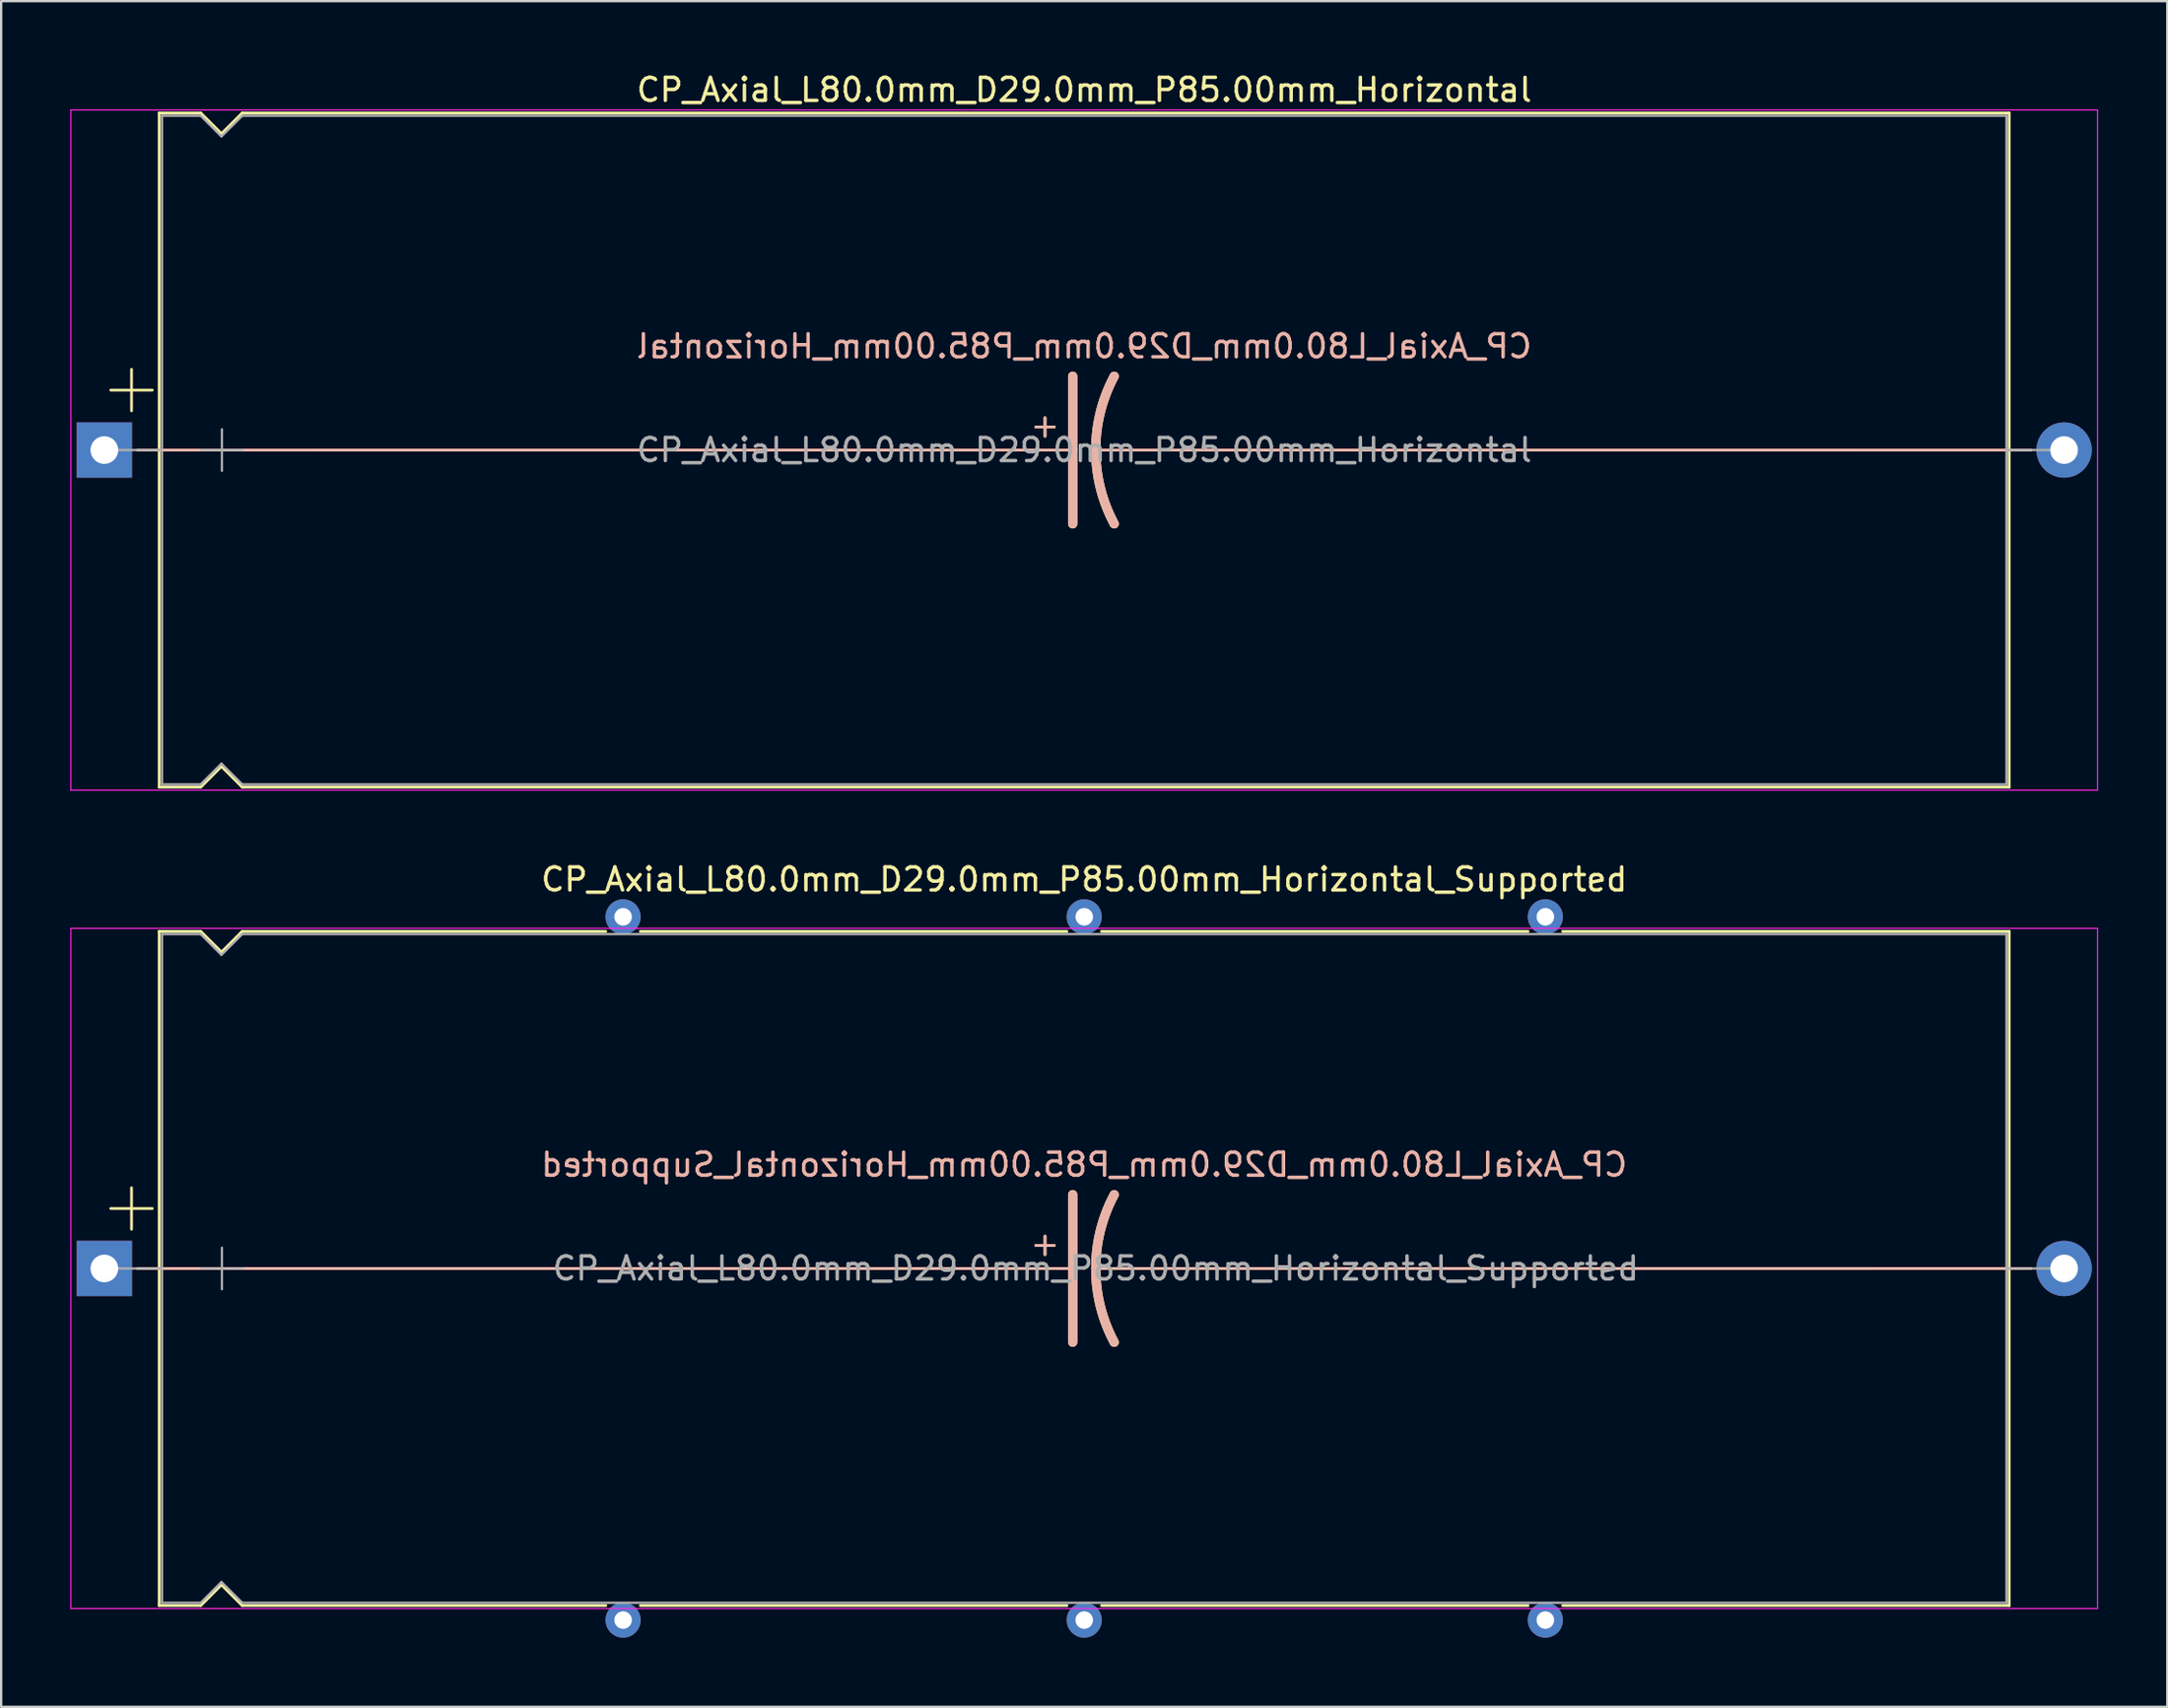
<source format=kicad_pcb>
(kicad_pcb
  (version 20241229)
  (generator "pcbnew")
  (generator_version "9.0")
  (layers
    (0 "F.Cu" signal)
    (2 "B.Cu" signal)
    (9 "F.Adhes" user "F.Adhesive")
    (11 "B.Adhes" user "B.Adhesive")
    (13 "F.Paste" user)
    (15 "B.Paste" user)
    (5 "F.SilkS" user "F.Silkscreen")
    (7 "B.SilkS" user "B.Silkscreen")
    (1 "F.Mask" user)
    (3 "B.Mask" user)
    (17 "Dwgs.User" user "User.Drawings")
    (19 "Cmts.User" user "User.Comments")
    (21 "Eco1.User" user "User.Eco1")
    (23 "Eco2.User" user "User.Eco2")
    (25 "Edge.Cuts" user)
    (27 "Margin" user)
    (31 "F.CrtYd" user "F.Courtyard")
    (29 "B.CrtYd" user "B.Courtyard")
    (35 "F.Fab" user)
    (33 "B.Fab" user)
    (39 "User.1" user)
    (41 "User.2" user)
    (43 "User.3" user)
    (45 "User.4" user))
  (footprint "CP_Axial_L80.0mm_D29.0mm_P85.00mm_Horizontal_Supported"
    (layer "F.Cu")
    (at 1.475 51.962)
    (property "Reference" "CP_Axial_L80.0mm_D29.0mm_P85.00mm_Horizontal_Supported" (at 42.5 -16.87 0) (layer "F.SilkS") (effects (font (size 1 1) (thickness 0.15))))
    (fp_line (start 0.28 -2.6) (end 2.08 -2.6) (stroke (width 0.12) (type solid)) (layer "F.SilkS"))
    (fp_line (start 1.18 -3.5) (end 1.18 -1.7) (stroke (width 0.12) (type solid)) (layer "F.SilkS"))
    (fp_line (start 1.44 0) (end 2.38 0) (stroke (width 0.12) (type solid)) (layer "F.SilkS"))
    (fp_line (start 2.38 -14.62) (end 2.38 14.62) (stroke (width 0.12) (type solid)) (layer "F.SilkS"))
    (fp_line (start 2.38 -14.62) (end 4.18 -14.62) (stroke (width 0.12) (type solid)) (layer "F.SilkS"))
    (fp_line (start 2.38 0) (end 42 0) (stroke (width 0.12) (type solid)) (layer "F.SilkS"))
    (fp_line (start 2.38 14.62) (end 4.18 14.62) (stroke (width 0.12) (type solid)) (layer "F.SilkS"))
    (fp_line (start 4.18 -14.62) (end 5.08 -13.72) (stroke (width 0.12) (type solid)) (layer "F.SilkS"))
    (fp_line (start 4.18 14.62) (end 5.08 13.72) (stroke (width 0.12) (type solid)) (layer "F.SilkS"))
    (fp_line (start 5.08 -13.72) (end 5.98 -14.62) (stroke (width 0.12) (type solid)) (layer "F.SilkS"))
    (fp_line (start 5.08 13.72) (end 5.98 14.62) (stroke (width 0.12) (type solid)) (layer "F.SilkS"))
    (fp_line (start 5.98 -14.62) (end 21.75 -14.62) (stroke (width 0.12) (type solid)) (layer "F.SilkS"))
    (fp_line (start 5.98 14.62) (end 21.75 14.62) (stroke (width 0.12) (type solid)) (layer "F.SilkS"))
    (fp_line (start 23.25 -14.62) (end 41.75 -14.62) (stroke (width 0.12) (type solid)) (layer "F.SilkS"))
    (fp_line (start 23.25 14.62) (end 41.75 14.62) (stroke (width 0.12) (type solid)) (layer "F.SilkS"))
    (fp_line (start 40.4 -1) (end 41.2 -1) (stroke (width 0.12) (type solid)) (layer "F.SilkS"))
    (fp_line (start 40.8 -1.4) (end 40.8 -0.6) (stroke (width 0.12) (type solid)) (layer "F.SilkS"))
    (fp_line (start 42 0) (end 42 -3.2) (stroke (width 0.4) (type solid)) (layer "F.SilkS"))
    (fp_line (start 42 0) (end 42 3.2) (stroke (width 0.4) (type solid)) (layer "F.SilkS"))
    (fp_line (start 43.25 -14.62) (end 61.75 -14.62) (stroke (width 0.12) (type solid)) (layer "F.SilkS"))
    (fp_line (start 43.25 14.62) (end 61.75 14.62) (stroke (width 0.12) (type solid)) (layer "F.SilkS"))
    (fp_line (start 63.25 -14.62) (end 82.62 -14.62) (stroke (width 0.12) (type solid)) (layer "F.SilkS"))
    (fp_line (start 63.25 14.62) (end 82.62 14.62) (stroke (width 0.12) (type solid)) (layer "F.SilkS"))
    (fp_line (start 82.62 -14.62) (end 82.62 14.62) (stroke (width 0.12) (type solid)) (layer "F.SilkS"))
    (fp_line (start 82.62 0) (end 43 0) (stroke (width 0.12) (type solid)) (layer "F.SilkS"))
    (fp_line (start 83.56 0) (end 82.62 0) (stroke (width 0.12) (type solid)) (layer "F.SilkS"))
    (fp_arc (start 43 0) (mid 43.203545 -1.649114) (end 43.8 -3.2) (stroke (width 0.4) (type solid)) (layer "F.SilkS"))
    (fp_arc (start 43.8 3.2) (mid 43.200704 1.649824) (end 43 0) (stroke (width 0.4) (type solid)) (layer "F.SilkS"))
    (fp_line (start 1.5 0) (end 9.38 0) (stroke (width 0.12) (type solid)) (layer "B.SilkS"))
    (fp_line (start 2.38 0) (end 42 0) (stroke (width 0.12) (type solid)) (layer "B.SilkS"))
    (fp_line (start 40.4 -1) (end 41.2 -1) (stroke (width 0.12) (type solid)) (layer "B.SilkS"))
    (fp_line (start 40.8 -0.6) (end 40.8 -1.4) (stroke (width 0.12) (type solid)) (layer "B.SilkS"))
    (fp_line (start 42 0) (end 42 -3.2) (stroke (width 0.4) (type solid)) (layer "B.SilkS"))
    (fp_line (start 42 0) (end 42 3.2) (stroke (width 0.4) (type solid)) (layer "B.SilkS"))
    (fp_line (start 82.62 0) (end 43 0) (stroke (width 0.12) (type solid)) (layer "B.SilkS"))
    (fp_line (start 83.5 0) (end 76.62 0) (stroke (width 0.12) (type solid)) (layer "B.SilkS"))
    (fp_arc (start 43 0) (mid 43.200703 -1.649824) (end 43.8 -3.2) (stroke (width 0.4) (type solid)) (layer "B.SilkS"))
    (fp_arc (start 43.8 3.2) (mid 43.203544 1.649114) (end 43 0) (stroke (width 0.4) (type solid)) (layer "B.SilkS"))
    (fp_line (start -1.45 -14.75) (end -1.45 14.75) (stroke (width 0.05) (type solid)) (layer "F.CrtYd"))
    (fp_line (start -1.45 14.75) (end 86.45 14.75) (stroke (width 0.05) (type solid)) (layer "F.CrtYd"))
    (fp_line (start 86.45 -14.75) (end -1.45 -14.75) (stroke (width 0.05) (type solid)) (layer "F.CrtYd"))
    (fp_line (start 86.45 14.75) (end 86.45 -14.75) (stroke (width 0.05) (type solid)) (layer "F.CrtYd"))
    (fp_line (start 0 0) (end 2.5 0) (stroke (width 0.1) (type solid)) (layer "F.Fab"))
    (fp_line (start 2.5 -14.5) (end 2.5 14.5) (stroke (width 0.1) (type solid)) (layer "F.Fab"))
    (fp_line (start 2.5 -14.5) (end 4.18 -14.5) (stroke (width 0.1) (type solid)) (layer "F.Fab"))
    (fp_line (start 2.5 14.5) (end 4.18 14.5) (stroke (width 0.1) (type solid)) (layer "F.Fab"))
    (fp_line (start 4.18 -14.5) (end 5.08 -13.6) (stroke (width 0.1) (type solid)) (layer "F.Fab"))
    (fp_line (start 4.18 14.5) (end 5.08 13.6) (stroke (width 0.1) (type solid)) (layer "F.Fab"))
    (fp_line (start 4.2 0) (end 6 0) (stroke (width 0.1) (type solid)) (layer "F.Fab"))
    (fp_line (start 5.08 -13.6) (end 5.98 -14.5) (stroke (width 0.1) (type solid)) (layer "F.Fab"))
    (fp_line (start 5.08 13.6) (end 5.98 14.5) (stroke (width 0.1) (type solid)) (layer "F.Fab"))
    (fp_line (start 5.1 -0.9) (end 5.1 0.9) (stroke (width 0.1) (type solid)) (layer "F.Fab"))
    (fp_line (start 5.98 -14.5) (end 82.5 -14.5) (stroke (width 0.1) (type solid)) (layer "F.Fab"))
    (fp_line (start 5.98 14.5) (end 82.5 14.5) (stroke (width 0.1) (type solid)) (layer "F.Fab"))
    (fp_line (start 82.5 -14.5) (end 82.5 14.5) (stroke (width 0.1) (type solid)) (layer "F.Fab"))
    (fp_line (start 85 0) (end 82.5 0) (stroke (width 0.1) (type solid)) (layer "F.Fab"))
    (fp_text user "${REFERENCE}" (at 42.5 -4.5 0) (layer "B.SilkS") (effects (font (size 1 1) (thickness 0.15)) (justify mirror)))
    (fp_text user "${REFERENCE}" (at 43 0 0) (layer "F.Fab") (effects (font (size 1 1) (thickness 0.15))))
    (pad "" thru_hole circle (at 22.5 -15.25) (size 1.524 1.524) (drill 0.762) (layers "*.Cu" "*.Mask"))
    (pad "" thru_hole circle (at 22.5 15.25) (size 1.524 1.524) (drill 0.762) (layers "*.Cu" "*.Mask"))
    (pad "" thru_hole circle (at 42.5 -15.25) (size 1.524 1.524) (drill 0.762) (layers "*.Cu" "*.Mask"))
    (pad "" thru_hole circle (at 42.5 15.25) (size 1.524 1.524) (drill 0.762) (layers "*.Cu" "*.Mask"))
    (pad "" thru_hole circle (at 62.5 -15.25) (size 1.524 1.524) (drill 0.762) (layers "*.Cu" "*.Mask"))
    (pad "" thru_hole circle (at 62.5 15.25) (size 1.524 1.524) (drill 0.762) (layers "*.Cu" "*.Mask"))
    (pad "1" thru_hole rect (at 0 0) (size 2.4 2.4) (drill 1.2) (layers "*.Cu" "*.Mask"))
    (pad "2" thru_hole oval (at 85 0) (size 2.4 2.4) (drill 1.2) (layers "*.Cu" "*.Mask")))
  (footprint "CP_Axial_L80.0mm_D29.0mm_P85.00mm_Horizontal"
    (layer "F.Cu")
    (at 1.475 16.468)
    (property "Reference" "CP_Axial_L80.0mm_D29.0mm_P85.00mm_Horizontal" (at 42.5 -15.62 0) (layer "F.SilkS") (effects (font (size 1 1) (thickness 0.15))))
    (fp_line (start 0.28 -2.6) (end 2.08 -2.6) (stroke (width 0.12) (type solid)) (layer "F.SilkS"))
    (fp_line (start 1.18 -3.5) (end 1.18 -1.7) (stroke (width 0.12) (type solid)) (layer "F.SilkS"))
    (fp_line (start 1.44 0) (end 2.38 0) (stroke (width 0.12) (type solid)) (layer "F.SilkS"))
    (fp_line (start 2.38 -14.62) (end 2.38 14.62) (stroke (width 0.12) (type solid)) (layer "F.SilkS"))
    (fp_line (start 2.38 -14.62) (end 4.18 -14.62) (stroke (width 0.12) (type solid)) (layer "F.SilkS"))
    (fp_line (start 2.38 0) (end 42 0) (stroke (width 0.12) (type solid)) (layer "F.SilkS"))
    (fp_line (start 2.38 14.62) (end 4.18 14.62) (stroke (width 0.12) (type solid)) (layer "F.SilkS"))
    (fp_line (start 4.18 -14.62) (end 5.08 -13.72) (stroke (width 0.12) (type solid)) (layer "F.SilkS"))
    (fp_line (start 4.18 14.62) (end 5.08 13.72) (stroke (width 0.12) (type solid)) (layer "F.SilkS"))
    (fp_line (start 5.08 -13.72) (end 5.98 -14.62) (stroke (width 0.12) (type solid)) (layer "F.SilkS"))
    (fp_line (start 5.08 13.72) (end 5.98 14.62) (stroke (width 0.12) (type solid)) (layer "F.SilkS"))
    (fp_line (start 5.98 -14.62) (end 82.62 -14.62) (stroke (width 0.12) (type solid)) (layer "F.SilkS"))
    (fp_line (start 5.98 14.62) (end 82.62 14.62) (stroke (width 0.12) (type solid)) (layer "F.SilkS"))
    (fp_line (start 40.4 -1) (end 41.2 -1) (stroke (width 0.12) (type solid)) (layer "F.SilkS"))
    (fp_line (start 40.8 -1.4) (end 40.8 -0.6) (stroke (width 0.12) (type solid)) (layer "F.SilkS"))
    (fp_line (start 42 0) (end 42 -3.2) (stroke (width 0.4) (type solid)) (layer "F.SilkS"))
    (fp_line (start 42 0) (end 42 3.2) (stroke (width 0.4) (type solid)) (layer "F.SilkS"))
    (fp_line (start 82.62 -14.62) (end 82.62 14.62) (stroke (width 0.12) (type solid)) (layer "F.SilkS"))
    (fp_line (start 82.62 0) (end 43 0) (stroke (width 0.12) (type solid)) (layer "F.SilkS"))
    (fp_line (start 83.56 0) (end 82.62 0) (stroke (width 0.12) (type solid)) (layer "F.SilkS"))
    (fp_arc (start 43 0) (mid 43.203545 -1.649114) (end 43.8 -3.2) (stroke (width 0.4) (type solid)) (layer "F.SilkS"))
    (fp_arc (start 43.8 3.2) (mid 43.200704 1.649824) (end 43 0) (stroke (width 0.4) (type solid)) (layer "F.SilkS"))
    (fp_line (start 1.5 0) (end 8.88 0) (stroke (width 0.12) (type solid)) (layer "B.SilkS"))
    (fp_line (start 2.38 0) (end 42 0) (stroke (width 0.12) (type solid)) (layer "B.SilkS"))
    (fp_line (start 40.4 -1) (end 41.2 -1) (stroke (width 0.12) (type solid)) (layer "B.SilkS"))
    (fp_line (start 40.8 -0.6) (end 40.8 -1.4) (stroke (width 0.12) (type solid)) (layer "B.SilkS"))
    (fp_line (start 42 0) (end 42 -3.2) (stroke (width 0.4) (type solid)) (layer "B.SilkS"))
    (fp_line (start 42 0) (end 42 3.2) (stroke (width 0.4) (type solid)) (layer "B.SilkS"))
    (fp_line (start 82.62 0) (end 43 0) (stroke (width 0.12) (type solid)) (layer "B.SilkS"))
    (fp_line (start 83.5 0) (end 76.12 0) (stroke (width 0.12) (type solid)) (layer "B.SilkS"))
    (fp_arc (start 43 0) (mid 43.200703 -1.649824) (end 43.8 -3.2) (stroke (width 0.4) (type solid)) (layer "B.SilkS"))
    (fp_arc (start 43.8 3.2) (mid 43.203544 1.649114) (end 43 0) (stroke (width 0.4) (type solid)) (layer "B.SilkS"))
    (fp_line (start -1.45 -14.75) (end -1.45 14.75) (stroke (width 0.05) (type solid)) (layer "F.CrtYd"))
    (fp_line (start -1.45 14.75) (end 86.45 14.75) (stroke (width 0.05) (type solid)) (layer "F.CrtYd"))
    (fp_line (start 86.45 -14.75) (end -1.45 -14.75) (stroke (width 0.05) (type solid)) (layer "F.CrtYd"))
    (fp_line (start 86.45 14.75) (end 86.45 -14.75) (stroke (width 0.05) (type solid)) (layer "F.CrtYd"))
    (fp_line (start 0 0) (end 2.5 0) (stroke (width 0.1) (type solid)) (layer "F.Fab"))
    (fp_line (start 2.5 -14.5) (end 2.5 14.5) (stroke (width 0.1) (type solid)) (layer "F.Fab"))
    (fp_line (start 2.5 -14.5) (end 4.18 -14.5) (stroke (width 0.1) (type solid)) (layer "F.Fab"))
    (fp_line (start 2.5 14.5) (end 4.18 14.5) (stroke (width 0.1) (type solid)) (layer "F.Fab"))
    (fp_line (start 4.18 -14.5) (end 5.08 -13.6) (stroke (width 0.1) (type solid)) (layer "F.Fab"))
    (fp_line (start 4.18 14.5) (end 5.08 13.6) (stroke (width 0.1) (type solid)) (layer "F.Fab"))
    (fp_line (start 4.2 0) (end 6 0) (stroke (width 0.1) (type solid)) (layer "F.Fab"))
    (fp_line (start 5.08 -13.6) (end 5.98 -14.5) (stroke (width 0.1) (type solid)) (layer "F.Fab"))
    (fp_line (start 5.08 13.6) (end 5.98 14.5) (stroke (width 0.1) (type solid)) (layer "F.Fab"))
    (fp_line (start 5.1 -0.9) (end 5.1 0.9) (stroke (width 0.1) (type solid)) (layer "F.Fab"))
    (fp_line (start 5.98 -14.5) (end 82.5 -14.5) (stroke (width 0.1) (type solid)) (layer "F.Fab"))
    (fp_line (start 5.98 14.5) (end 82.5 14.5) (stroke (width 0.1) (type solid)) (layer "F.Fab"))
    (fp_line (start 82.5 -14.5) (end 82.5 14.5) (stroke (width 0.1) (type solid)) (layer "F.Fab"))
    (fp_line (start 85 0) (end 82.5 0) (stroke (width 0.1) (type solid)) (layer "F.Fab"))
    (fp_text user "${REFERENCE}" (at 42.5 -4.5 0) (layer "B.SilkS") (effects (font (size 1 1) (thickness 0.15)) (justify mirror)))
    (fp_text user "${REFERENCE}" (at 42.5 0 0) (layer "F.Fab") (effects (font (size 1 1) (thickness 0.15))))
    (pad "1" thru_hole rect (at 0 0) (size 2.4 2.4) (drill 1.2) (layers "*.Cu" "*.Mask"))
    (pad "2" thru_hole oval (at 85 0) (size 2.4 2.4) (drill 1.2) (layers "*.Cu" "*.Mask")))
  (gr_rect
    (start -3 -3)
    (end 90.95 70.974)
    (stroke (width 0.1) (type default))
    (fill no)
    (layer "Edge.Cuts")))
</source>
